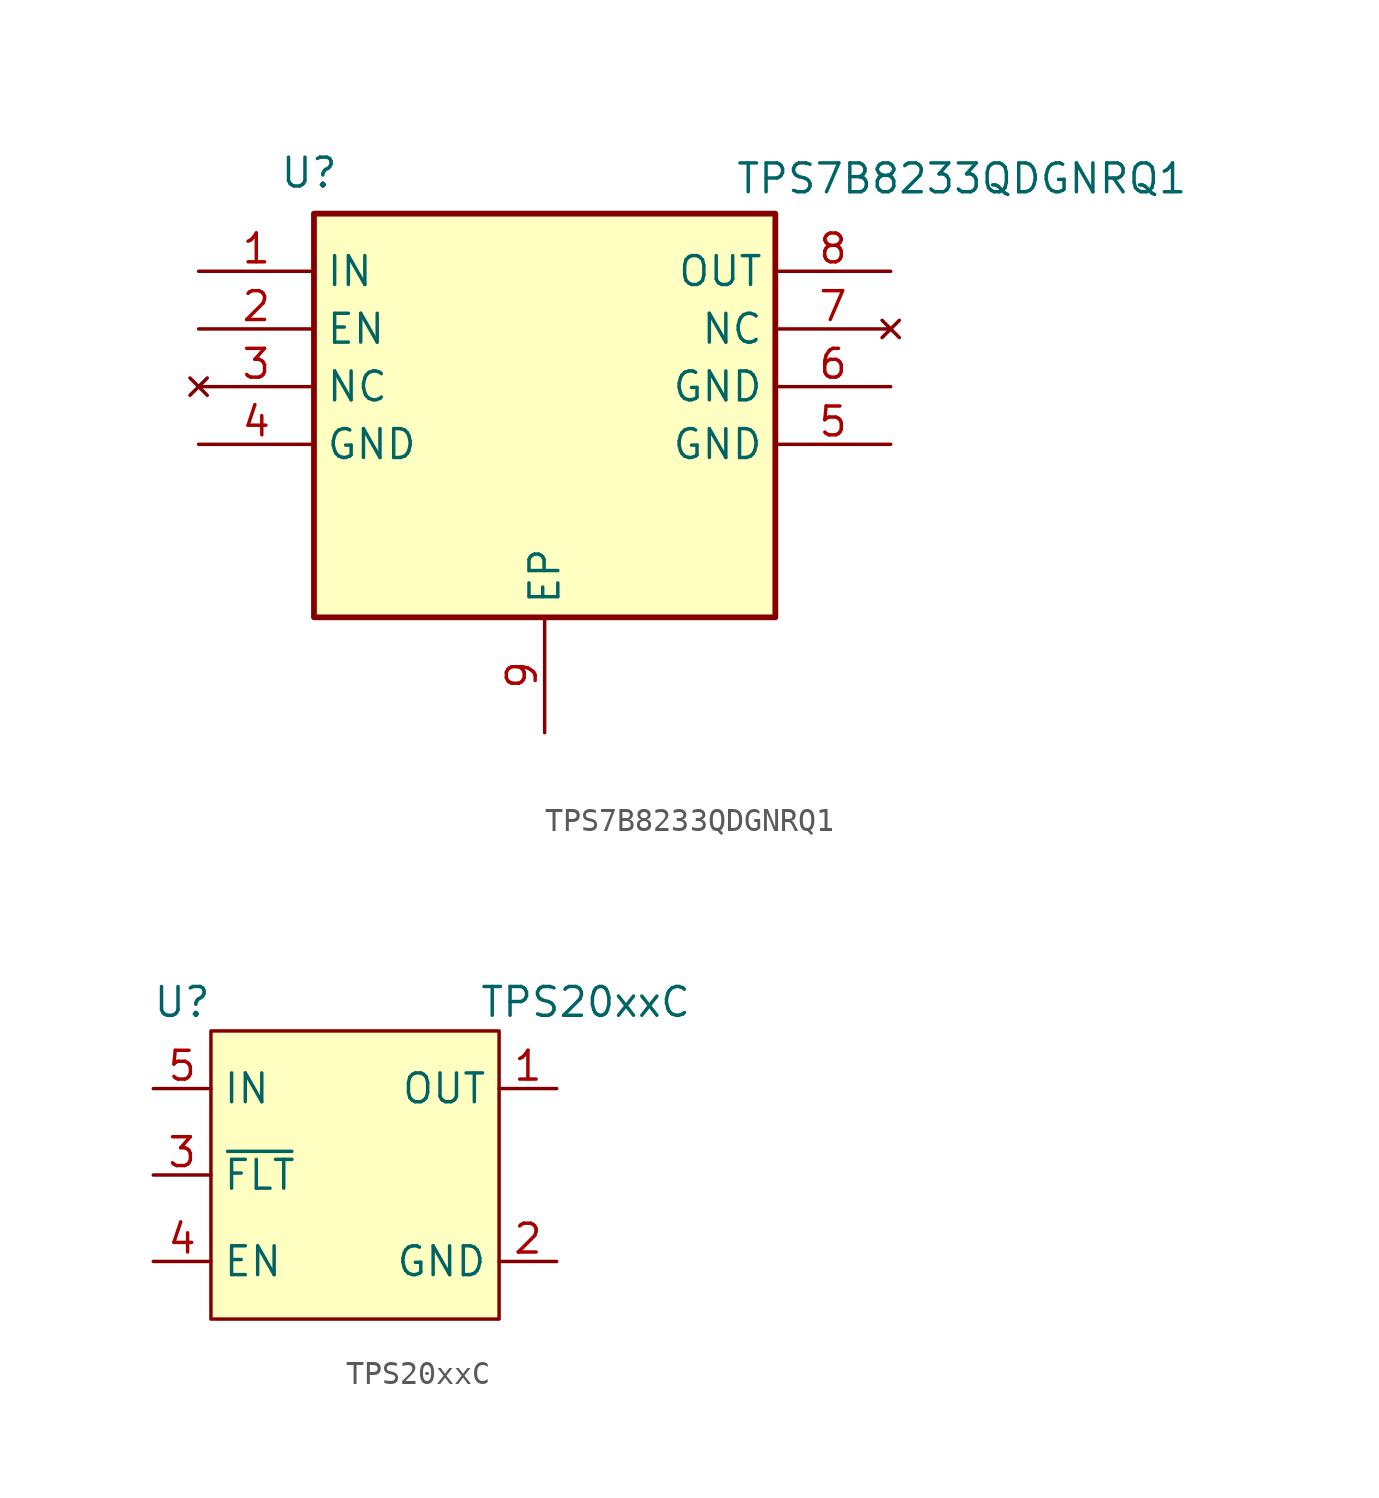
<source format=kicad_sym>
(kicad_symbol_lib
  (version 20231120)
  (generator "kicad_symbol_editor")
  (generator_version "8.0")
  (symbol "TPS7B8233QDGNRQ1"
    (property "Reference" "U"
      (at -11.684 10.16 0)
      (effects (font (size 1.27 1.27)) (justify left top)))
    (property "Value" "TPS7B8233QDGNRQ1"
      (at 8.382 9.906 0)
      (effects (font (size 1.27 1.27)) (justify left top)))
    (symbol "TPS7B8233QDGNRQ1_1_1"
      (rectangle (start -10.16 7.62) (end 10.16 -10.16) (stroke (width 0.254) (type default)) (fill (type background)))
      (pin passive line (at -15.24 5.08 0) (length 5.08) (name "IN" (effects (font (size 1.27 1.27)))) (number "1" (effects (font (size 1.27 1.27)))))
      (pin passive line (at -15.24 2.54 0) (length 5.08) (name "EN" (effects (font (size 1.27 1.27)))) (number "2" (effects (font (size 1.27 1.27)))))
      (pin no_connect line (at -15.24 0 0) (length 5.08) (name "NC" (effects (font (size 1.27 1.27)))) (number "3" (effects (font (size 1.27 1.27)))))
      (pin passive line (at -15.24 -2.54 0) (length 5.08) (name "GND" (effects (font (size 1.27 1.27)))) (number "4" (effects (font (size 1.27 1.27)))))
      (pin passive line (at 15.24 -2.54 180) (length 5.08) (name "GND" (effects (font (size 1.27 1.27)))) (number "5" (effects (font (size 1.27 1.27)))))
      (pin passive line (at 15.24 0 180) (length 5.08) (name "GND" (effects (font (size 1.27 1.27)))) (number "6" (effects (font (size 1.27 1.27)))))
      (pin no_connect line (at 15.24 2.54 180) (length 5.08) (name "NC" (effects (font (size 1.27 1.27)))) (number "7" (effects (font (size 1.27 1.27)))))
      (pin passive line (at 15.24 5.08 180) (length 5.08) (name "OUT" (effects (font (size 1.27 1.27)))) (number "8" (effects (font (size 1.27 1.27)))))
      (pin passive line (at 0 -15.24 90) (length 5.08) (name "EP" (effects (font (size 1.27 1.27)))) (number "9" (effects (font (size 1.27 1.27)))))))
  (symbol "TPS20xxC"
    (property "Reference" "U"
      (at -7.62 7.62 0)
      (effects (font (size 1.27 1.27))))
    (property "Value" "TPS20xxC"
      (at 10.16 7.62 0)
      (effects (font (size 1.27 1.27))))
    (symbol "TPS20xxC_1_1"
      (rectangle (start -6.35 6.35) (end 6.35 -6.35) (stroke (width 0) (type default)) (fill (type background)))
      (pin power_out line (at 8.89 3.81 180) (length 2.54) (name "OUT" (effects (font (size 1.27 1.27)))) (number "1" (effects (font (size 1.27 1.27)))))
      (pin power_in line (at 8.89 -3.81 180) (length 2.54) (name "GND" (effects (font (size 1.27 1.27)))) (number "2" (effects (font (size 1.27 1.27)))))
      (pin output line (at -8.89 0 0) (length 2.54) (name "~{FLT}" (effects (font (size 1.27 1.27)))) (number "3" (effects (font (size 1.27 1.27)))))
      (pin input line (at -8.89 -3.81 0) (length 2.54) (name "EN" (effects (font (size 1.27 1.27)))) (number "4" (effects (font (size 1.27 1.27)))))
      (pin power_in line (at -8.89 3.81 0) (length 2.54) (name "IN" (effects (font (size 1.27 1.27)))) (number "5" (effects (font (size 1.27 1.27))))))))
</source>
